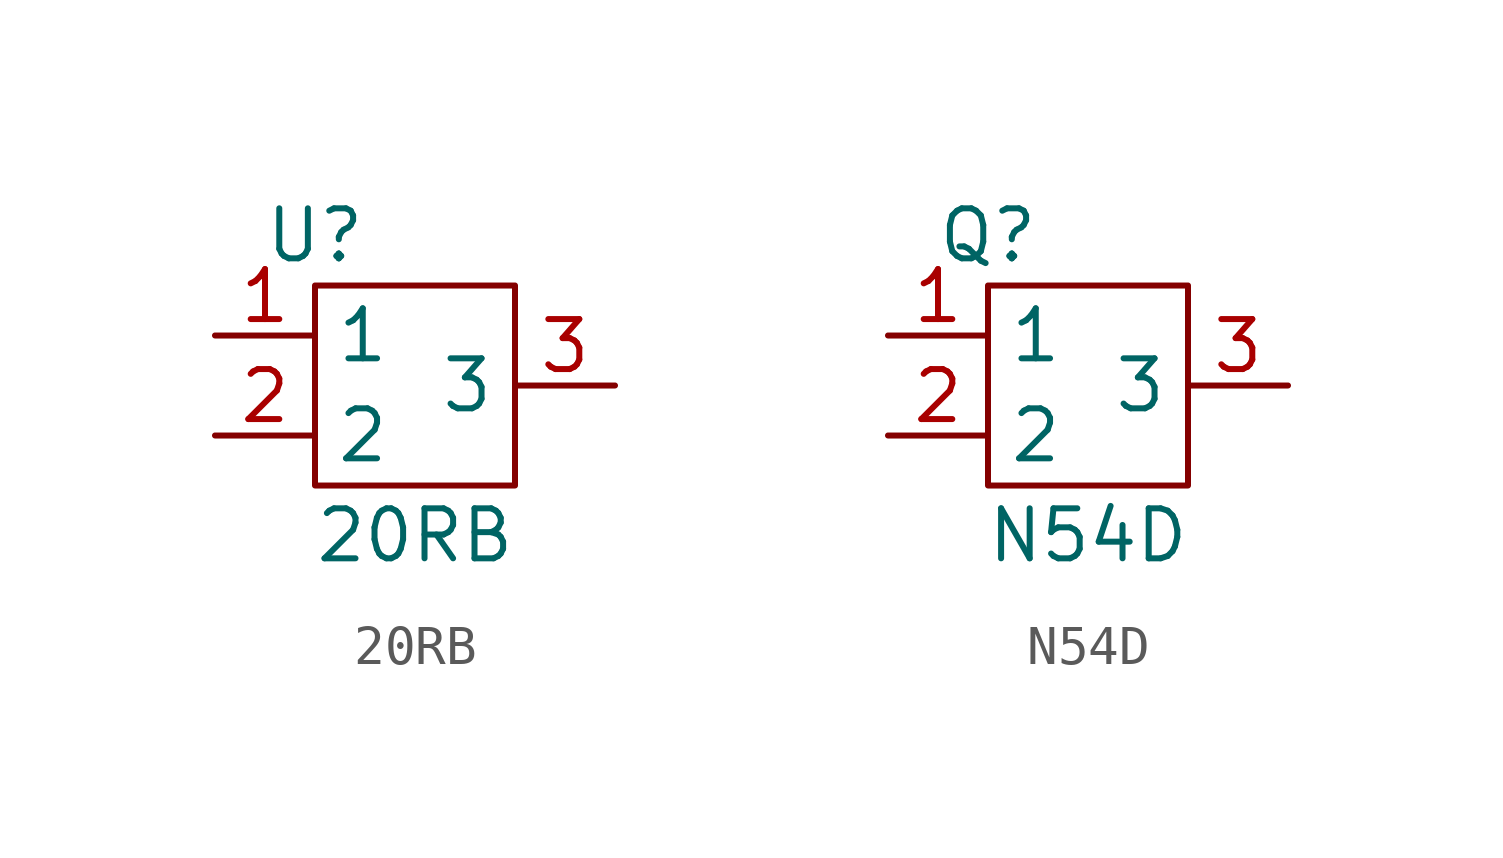
<source format=kicad_sym>
(kicad_symbol_lib
  (version 20211014)
  (generator kicad_symbol_editor)
  (symbol "20RB"
    (property "Reference" "U"
      (at -2.54 3.81 0)
      (effects (font (size 1.27 1.27))))
    (property "Value" "20RB"
      (at 0 -3.81 0)
      (effects (font (size 1.27 1.27))))
    (symbol "20RB_0_0"
      (pin power_in line (at -5.08 1.27 0) (length 2.54) (name "1" (effects (font (size 1.27 1.27)))) (number "1" (effects (font (size 1.27 1.27)))))
      (pin power_out line (at -5.08 -1.27 0) (length 2.54) (name "2" (effects (font (size 1.27 1.27)))) (number "2" (effects (font (size 1.27 1.27)))))
      (pin power_in line (at 5.08 0 180) (length 2.54) (name "3" (effects (font (size 1.27 1.27)))) (number "3" (effects (font (size 1.27 1.27))))))
    (symbol "20RB_0_1"
      (rectangle (start -2.54 2.54) (end 2.54 -2.54) (stroke (width 0) (type default) (color 0 0 0 0)) (fill (type none)))))
  (symbol "N54D"
    (property "Reference" "Q"
      (at -2.54 3.81 0)
      (effects (font (size 1.27 1.27))))
    (property "Value" "N54D"
      (at 0 -3.81 0)
      (effects (font (size 1.27 1.27))))
    (symbol "N54D_0_0"
      (pin unspecified line (at -5.08 1.27 0) (length 2.54) (name "1" (effects (font (size 1.27 1.27)))) (number "1" (effects (font (size 1.27 1.27)))))
      (pin unspecified line (at -5.08 -1.27 0) (length 2.54) (name "2" (effects (font (size 1.27 1.27)))) (number "2" (effects (font (size 1.27 1.27)))))
      (pin unspecified line (at 5.08 0 180) (length 2.54) (name "3" (effects (font (size 1.27 1.27)))) (number "3" (effects (font (size 1.27 1.27))))))
    (symbol "N54D_0_1"
      (rectangle (start -2.54 2.54) (end 2.54 -2.54) (stroke (width 0) (type default) (color 0 0 0 0)) (fill (type none))))))
</source>
